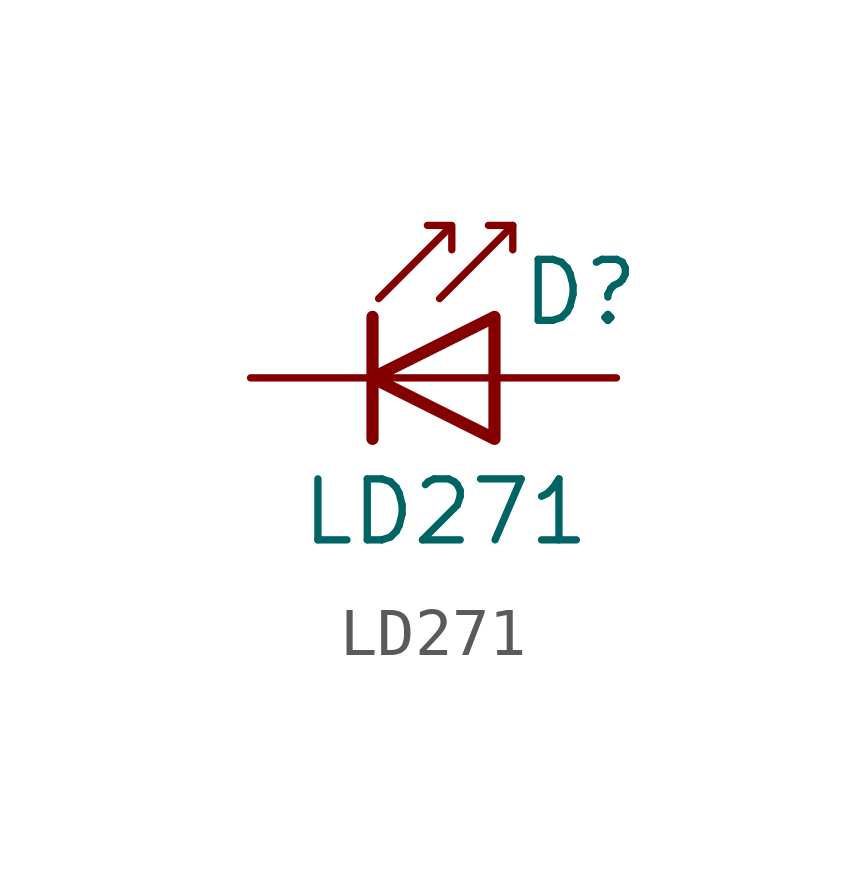
<source format=kicad_sym>
(kicad_symbol_lib
  (version 20220914)
  (generator kicad_symbol_editor)
  (symbol "LD271"
    (pin_numbers hide)
    (pin_names
      (offset 1.016) hide)
    (property "Reference" "D"
      (at 0.508 1.778 0)
      (effects (font (size 1.27 1.27)) (justify left)))
    (property "Value" "LD271"
      (at -1.016 -2.794 0)
      (effects (font (size 1.27 1.27))))
    (symbol "LD271_0_1"
      (polyline (pts (xy -2.54 1.27) (xy -2.54 -1.27)) (stroke (width 0.254) (type default)) (fill (type none)))
      (polyline (pts (xy 0 0) (xy -2.54 0)) (stroke (width 0) (type default)) (fill (type none)))
      (polyline (pts (xy 0.381 3.175) (xy -0.127 3.175)) (stroke (width 0) (type default)) (fill (type none)))
      (polyline (pts (xy -1.143 1.651) (xy 0.381 3.175) (xy 0.381 2.667)) (stroke (width 0) (type default)) (fill (type none)))
      (polyline (pts (xy 0 -1.27) (xy -2.54 0) (xy 0 1.27) (xy 0 -1.27)) (stroke (width 0.254) (type default)) (fill (type none)))
      (polyline (pts (xy -2.413 1.651) (xy -0.889 3.175) (xy -0.889 2.667) (xy -0.889 3.175) (xy -1.397 3.175)) (stroke (width 0) (type default)) (fill (type none))))
    (symbol "LD271_1_1"
      (pin passive line (at -5.08 0 0) (length 2.54) (name "K" (effects (font (size 1.27 1.27)))) (number "1" (effects (font (size 1.27 1.27)))))
      (pin passive line (at 2.54 0 180) (length 2.54) (name "A" (effects (font (size 1.27 1.27)))) (number "2" (effects (font (size 1.27 1.27))))))))
</source>
